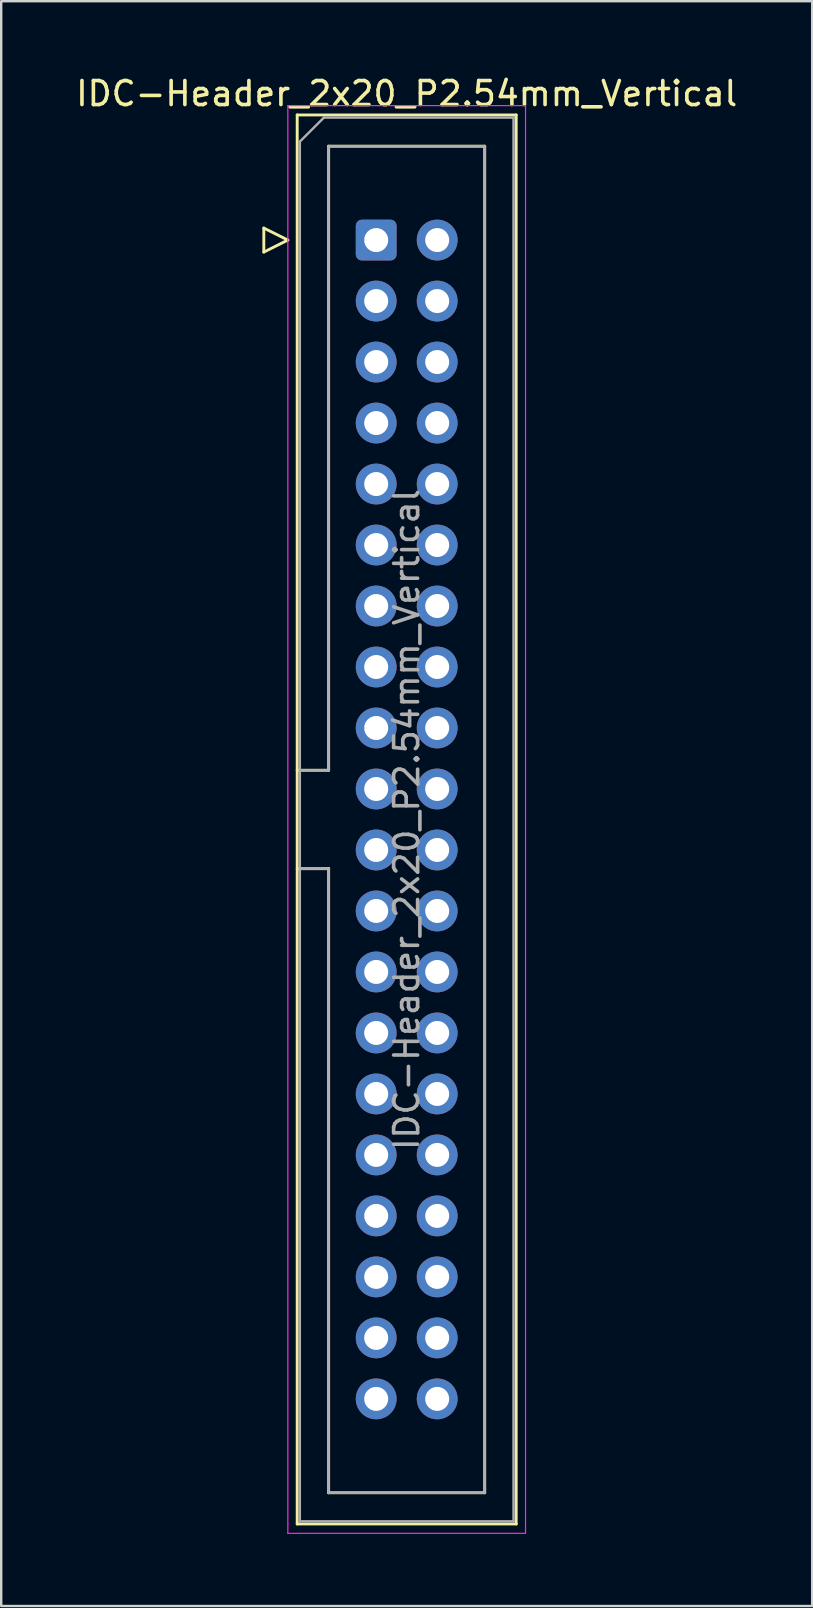
<source format=kicad_pcb>
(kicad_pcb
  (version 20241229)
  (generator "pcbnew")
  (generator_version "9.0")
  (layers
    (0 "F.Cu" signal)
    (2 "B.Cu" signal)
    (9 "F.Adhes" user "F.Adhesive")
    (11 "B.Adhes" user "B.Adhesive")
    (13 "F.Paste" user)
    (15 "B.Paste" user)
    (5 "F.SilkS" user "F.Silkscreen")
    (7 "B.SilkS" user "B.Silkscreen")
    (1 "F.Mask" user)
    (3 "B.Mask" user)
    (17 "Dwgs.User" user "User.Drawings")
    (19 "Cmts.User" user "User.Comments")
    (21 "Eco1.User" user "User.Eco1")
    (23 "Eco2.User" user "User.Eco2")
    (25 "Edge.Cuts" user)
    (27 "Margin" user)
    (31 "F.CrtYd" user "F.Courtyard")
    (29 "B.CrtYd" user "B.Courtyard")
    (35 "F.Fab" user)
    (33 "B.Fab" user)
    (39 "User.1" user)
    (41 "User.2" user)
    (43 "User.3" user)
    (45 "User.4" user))
  (footprint "IDC-Header_2x20_P2.54mm_Vertical"
    (layer "F.Cu")
    (at 12.617 6.948)
    (property "Reference" "IDC-Header_2x20_P2.54mm_Vertical" (at 1.27 -6.1 0) (layer "F.SilkS") (effects (font (size 1 1) (thickness 0.15))))
    (attr through_hole)
    (fp_line (start -4.68 -0.5) (end -4.68 0.5) (stroke (width 0.12) (type solid)) (layer "F.SilkS"))
    (fp_line (start -4.68 0.5) (end -3.68 0) (stroke (width 0.12) (type solid)) (layer "F.SilkS"))
    (fp_line (start -3.68 0) (end -4.68 -0.5) (stroke (width 0.12) (type solid)) (layer "F.SilkS"))
    (fp_line (start -3.29 -5.21) (end 5.83 -5.21) (stroke (width 0.12) (type solid)) (layer "F.SilkS"))
    (fp_line (start -3.29 22.08) (end -1.98 22.08) (stroke (width 0.12) (type solid)) (layer "F.SilkS"))
    (fp_line (start -3.29 53.47) (end -3.29 -5.21) (stroke (width 0.12) (type solid)) (layer "F.SilkS"))
    (fp_line (start -1.98 -3.91) (end 4.52 -3.91) (stroke (width 0.12) (type solid)) (layer "F.SilkS"))
    (fp_line (start -1.98 22.08) (end -1.98 -3.91) (stroke (width 0.12) (type solid)) (layer "F.SilkS"))
    (fp_line (start -1.98 26.18) (end -3.29 26.18) (stroke (width 0.12) (type solid)) (layer "F.SilkS"))
    (fp_line (start -1.98 26.18) (end -1.98 26.18) (stroke (width 0.12) (type solid)) (layer "F.SilkS"))
    (fp_line (start -1.98 52.17) (end -1.98 26.18) (stroke (width 0.12) (type solid)) (layer "F.SilkS"))
    (fp_line (start 4.52 -3.91) (end 4.52 52.17) (stroke (width 0.12) (type solid)) (layer "F.SilkS"))
    (fp_line (start 4.52 52.17) (end -1.98 52.17) (stroke (width 0.12) (type solid)) (layer "F.SilkS"))
    (fp_line (start 5.83 -5.21) (end 5.83 53.47) (stroke (width 0.12) (type solid)) (layer "F.SilkS"))
    (fp_line (start 5.83 53.47) (end -3.29 53.47) (stroke (width 0.12) (type solid)) (layer "F.SilkS"))
    (fp_line (start -3.68 -5.6) (end -3.68 53.86) (stroke (width 0.05) (type solid)) (layer "F.CrtYd"))
    (fp_line (start -3.68 53.86) (end 6.22 53.86) (stroke (width 0.05) (type solid)) (layer "F.CrtYd"))
    (fp_line (start 6.22 -5.6) (end -3.68 -5.6) (stroke (width 0.05) (type solid)) (layer "F.CrtYd"))
    (fp_line (start 6.22 53.86) (end 6.22 -5.6) (stroke (width 0.05) (type solid)) (layer "F.CrtYd"))
    (fp_line (start -3.18 -4.1) (end -2.18 -5.1) (stroke (width 0.1) (type solid)) (layer "F.Fab"))
    (fp_line (start -3.18 22.08) (end -1.98 22.08) (stroke (width 0.1) (type solid)) (layer "F.Fab"))
    (fp_line (start -3.18 53.36) (end -3.18 -4.1) (stroke (width 0.1) (type solid)) (layer "F.Fab"))
    (fp_line (start -2.18 -5.1) (end 5.72 -5.1) (stroke (width 0.1) (type solid)) (layer "F.Fab"))
    (fp_line (start -1.98 -3.91) (end 4.52 -3.91) (stroke (width 0.1) (type solid)) (layer "F.Fab"))
    (fp_line (start -1.98 22.08) (end -1.98 -3.91) (stroke (width 0.1) (type solid)) (layer "F.Fab"))
    (fp_line (start -1.98 26.18) (end -3.18 26.18) (stroke (width 0.1) (type solid)) (layer "F.Fab"))
    (fp_line (start -1.98 26.18) (end -1.98 26.18) (stroke (width 0.1) (type solid)) (layer "F.Fab"))
    (fp_line (start -1.98 52.17) (end -1.98 26.18) (stroke (width 0.1) (type solid)) (layer "F.Fab"))
    (fp_line (start 4.52 -3.91) (end 4.52 52.17) (stroke (width 0.1) (type solid)) (layer "F.Fab"))
    (fp_line (start 4.52 52.17) (end -1.98 52.17) (stroke (width 0.1) (type solid)) (layer "F.Fab"))
    (fp_line (start 5.72 -5.1) (end 5.72 53.36) (stroke (width 0.1) (type solid)) (layer "F.Fab"))
    (fp_line (start 5.72 53.36) (end -3.18 53.36) (stroke (width 0.1) (type solid)) (layer "F.Fab"))
    (fp_text user "${REFERENCE}" (at 1.27 24.13 90) (layer "F.Fab") (effects (font (size 1 1) (thickness 0.15))))
    (pad "1" thru_hole roundrect (at 0 0) (size 1.7 1.7) (drill 1) (layers "*.Cu" "*.Mask") (roundrect_rratio 0.147))
    (pad "2" thru_hole circle (at 2.54 0) (size 1.7 1.7) (drill 1) (layers "*.Cu" "*.Mask"))
    (pad "3" thru_hole circle (at 0 2.54) (size 1.7 1.7) (drill 1) (layers "*.Cu" "*.Mask"))
    (pad "4" thru_hole circle (at 2.54 2.54) (size 1.7 1.7) (drill 1) (layers "*.Cu" "*.Mask"))
    (pad "5" thru_hole circle (at 0 5.08) (size 1.7 1.7) (drill 1) (layers "*.Cu" "*.Mask"))
    (pad "6" thru_hole circle (at 2.54 5.08) (size 1.7 1.7) (drill 1) (layers "*.Cu" "*.Mask"))
    (pad "7" thru_hole circle (at 0 7.62) (size 1.7 1.7) (drill 1) (layers "*.Cu" "*.Mask"))
    (pad "8" thru_hole circle (at 2.54 7.62) (size 1.7 1.7) (drill 1) (layers "*.Cu" "*.Mask"))
    (pad "9" thru_hole circle (at 0 10.16) (size 1.7 1.7) (drill 1) (layers "*.Cu" "*.Mask"))
    (pad "10" thru_hole circle (at 2.54 10.16) (size 1.7 1.7) (drill 1) (layers "*.Cu" "*.Mask"))
    (pad "11" thru_hole circle (at 0 12.7) (size 1.7 1.7) (drill 1) (layers "*.Cu" "*.Mask"))
    (pad "12" thru_hole circle (at 2.54 12.7) (size 1.7 1.7) (drill 1) (layers "*.Cu" "*.Mask"))
    (pad "13" thru_hole circle (at 0 15.24) (size 1.7 1.7) (drill 1) (layers "*.Cu" "*.Mask"))
    (pad "14" thru_hole circle (at 2.54 15.24) (size 1.7 1.7) (drill 1) (layers "*.Cu" "*.Mask"))
    (pad "15" thru_hole circle (at 0 17.78) (size 1.7 1.7) (drill 1) (layers "*.Cu" "*.Mask"))
    (pad "16" thru_hole circle (at 2.54 17.78) (size 1.7 1.7) (drill 1) (layers "*.Cu" "*.Mask"))
    (pad "17" thru_hole circle (at 0 20.32) (size 1.7 1.7) (drill 1) (layers "*.Cu" "*.Mask"))
    (pad "18" thru_hole circle (at 2.54 20.32) (size 1.7 1.7) (drill 1) (layers "*.Cu" "*.Mask"))
    (pad "19" thru_hole circle (at 0 22.86) (size 1.7 1.7) (drill 1) (layers "*.Cu" "*.Mask"))
    (pad "20" thru_hole circle (at 2.54 22.86) (size 1.7 1.7) (drill 1) (layers "*.Cu" "*.Mask"))
    (pad "21" thru_hole circle (at 0 25.4) (size 1.7 1.7) (drill 1) (layers "*.Cu" "*.Mask"))
    (pad "22" thru_hole circle (at 2.54 25.4) (size 1.7 1.7) (drill 1) (layers "*.Cu" "*.Mask"))
    (pad "23" thru_hole circle (at 0 27.94) (size 1.7 1.7) (drill 1) (layers "*.Cu" "*.Mask"))
    (pad "24" thru_hole circle (at 2.54 27.94) (size 1.7 1.7) (drill 1) (layers "*.Cu" "*.Mask"))
    (pad "25" thru_hole circle (at 0 30.48) (size 1.7 1.7) (drill 1) (layers "*.Cu" "*.Mask"))
    (pad "26" thru_hole circle (at 2.54 30.48) (size 1.7 1.7) (drill 1) (layers "*.Cu" "*.Mask"))
    (pad "27" thru_hole circle (at 0 33.02) (size 1.7 1.7) (drill 1) (layers "*.Cu" "*.Mask"))
    (pad "28" thru_hole circle (at 2.54 33.02) (size 1.7 1.7) (drill 1) (layers "*.Cu" "*.Mask"))
    (pad "29" thru_hole circle (at 0 35.56) (size 1.7 1.7) (drill 1) (layers "*.Cu" "*.Mask"))
    (pad "30" thru_hole circle (at 2.54 35.56) (size 1.7 1.7) (drill 1) (layers "*.Cu" "*.Mask"))
    (pad "31" thru_hole circle (at 0 38.1) (size 1.7 1.7) (drill 1) (layers "*.Cu" "*.Mask"))
    (pad "32" thru_hole circle (at 2.54 38.1) (size 1.7 1.7) (drill 1) (layers "*.Cu" "*.Mask"))
    (pad "33" thru_hole circle (at 0 40.64) (size 1.7 1.7) (drill 1) (layers "*.Cu" "*.Mask"))
    (pad "34" thru_hole circle (at 2.54 40.64) (size 1.7 1.7) (drill 1) (layers "*.Cu" "*.Mask"))
    (pad "35" thru_hole circle (at 0 43.18) (size 1.7 1.7) (drill 1) (layers "*.Cu" "*.Mask"))
    (pad "36" thru_hole circle (at 2.54 43.18) (size 1.7 1.7) (drill 1) (layers "*.Cu" "*.Mask"))
    (pad "37" thru_hole circle (at 0 45.72) (size 1.7 1.7) (drill 1) (layers "*.Cu" "*.Mask"))
    (pad "38" thru_hole circle (at 2.54 45.72) (size 1.7 1.7) (drill 1) (layers "*.Cu" "*.Mask"))
    (pad "39" thru_hole circle (at 0 48.26) (size 1.7 1.7) (drill 1) (layers "*.Cu" "*.Mask"))
    (pad "40" thru_hole circle (at 2.54 48.26) (size 1.7 1.7) (drill 1) (layers "*.Cu" "*.Mask")))
  (gr_rect
    (start -3 -3)
    (end 30.774 63.833)
    (stroke (width 0.1) (type default))
    (fill no)
    (layer "Edge.Cuts")))
</source>
